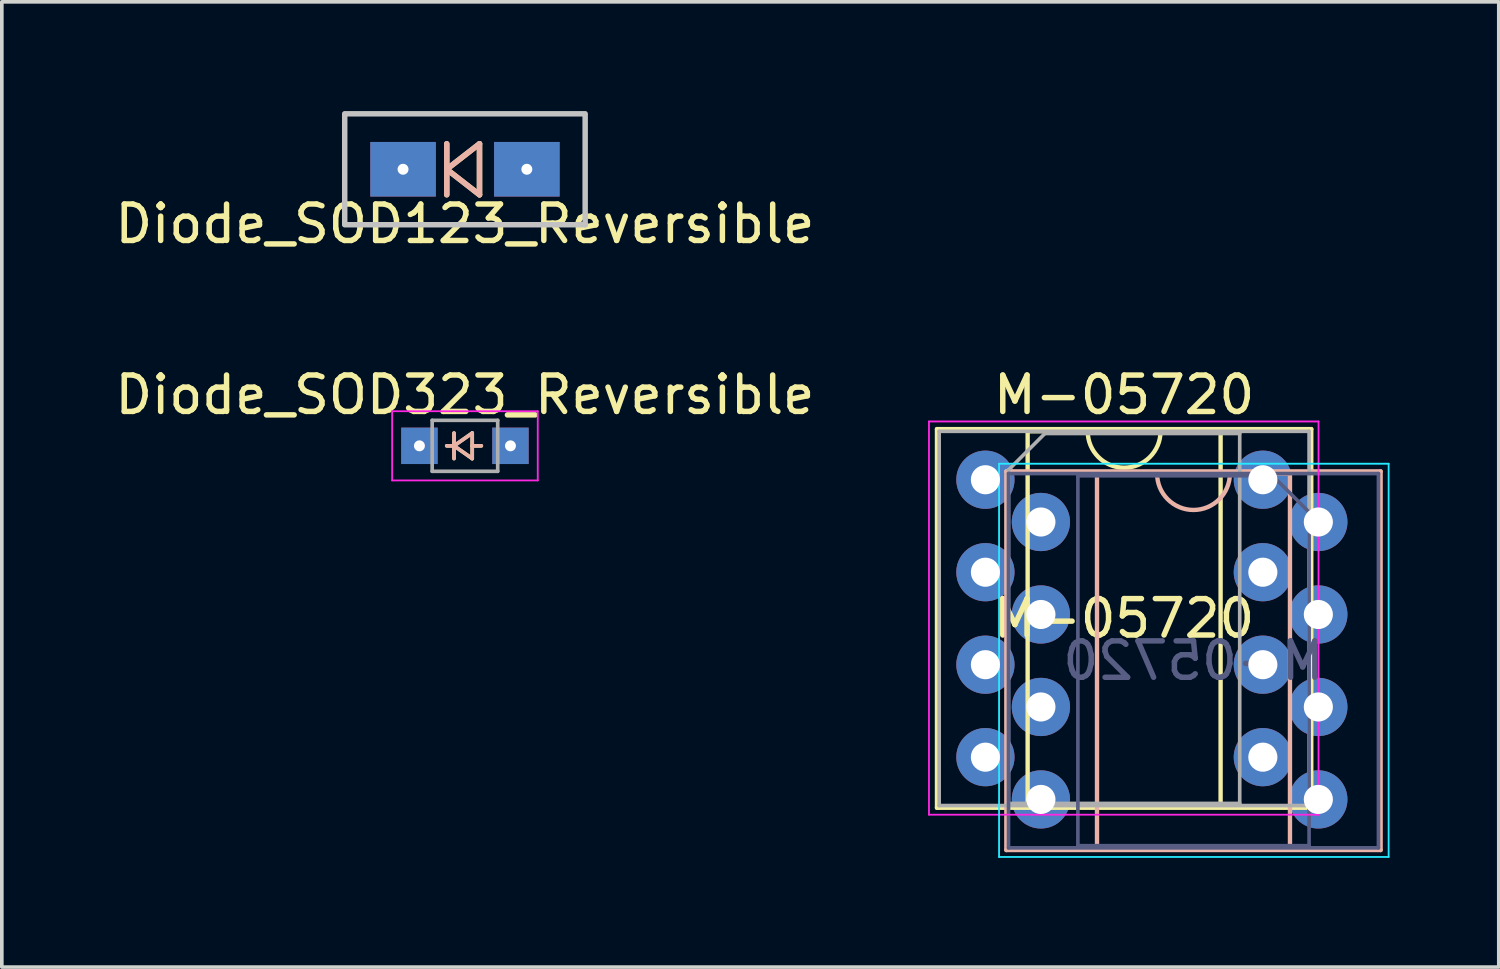
<source format=kicad_pcb>
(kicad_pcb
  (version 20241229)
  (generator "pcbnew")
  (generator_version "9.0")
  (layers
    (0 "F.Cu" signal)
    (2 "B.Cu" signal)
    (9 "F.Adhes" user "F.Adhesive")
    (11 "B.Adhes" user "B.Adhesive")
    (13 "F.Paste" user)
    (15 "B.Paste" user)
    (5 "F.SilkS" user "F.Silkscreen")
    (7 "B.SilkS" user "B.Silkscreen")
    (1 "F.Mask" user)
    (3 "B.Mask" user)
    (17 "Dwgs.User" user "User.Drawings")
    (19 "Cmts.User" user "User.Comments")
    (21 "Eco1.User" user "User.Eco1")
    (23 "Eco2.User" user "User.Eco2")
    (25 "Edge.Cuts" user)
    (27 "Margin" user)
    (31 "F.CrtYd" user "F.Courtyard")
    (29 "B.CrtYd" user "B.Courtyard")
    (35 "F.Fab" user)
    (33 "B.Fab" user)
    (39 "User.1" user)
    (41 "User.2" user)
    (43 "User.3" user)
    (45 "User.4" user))
  (footprint "Diode_SOD123_Reversible"
    (placed yes)
    (layer "F.Cu")
    (at 9.72 1.599)
    (property "Reference" "Diode_SOD123_Reversible" (at 0 1.5 0) (layer "F.SilkS") (effects (font (size 1 1) (thickness 0.15))))
    (attr through_hole)
    (fp_line (start -0.5 -0.7) (end -0.5 0.7) (stroke (width 0.15) (type solid)) (layer "F.SilkS"))
    (fp_line (start -0.5 0) (end 0.4 -0.7) (stroke (width 0.15) (type solid)) (layer "F.SilkS"))
    (fp_line (start 0.4 -0.7) (end 0.4 0.7) (stroke (width 0.15) (type solid)) (layer "F.SilkS"))
    (fp_line (start 0.4 0.7) (end -0.5 0) (stroke (width 0.15) (type solid)) (layer "F.SilkS"))
    (fp_line (start -0.5 -0.7) (end -0.5 0.7) (stroke (width 0.15) (type solid)) (layer "B.SilkS"))
    (fp_line (start -0.5 0) (end 0.4 -0.7) (stroke (width 0.15) (type solid)) (layer "B.SilkS"))
    (fp_line (start 0.4 -0.7) (end 0.4 0.7) (stroke (width 0.15) (type solid)) (layer "B.SilkS"))
    (fp_line (start 0.4 0.7) (end -0.5 0) (stroke (width 0.15) (type solid)) (layer "B.SilkS"))
    (fp_line (start -3.302 -1.524) (end 3.302 -1.524) (stroke (width 0.15) (type solid)) (layer "Dwgs.User"))
    (fp_line (start -3.302 -1.5) (end -3.302 1.5) (stroke (width 0.15) (type solid)) (layer "Dwgs.User"))
    (fp_line (start -3.302 1.524) (end 3.302 1.524) (stroke (width 0.15) (type solid)) (layer "Dwgs.User"))
    (fp_line (start 3.302 -1.476) (end 3.302 1.524) (stroke (width 0.15) (type solid)) (layer "Dwgs.User"))
    (pad "1" thru_hole rect (at -1.7 0) (size 1.8 1.5) (drill 0.3) (layers "*.Cu" "*.Mask"))
    (pad "2" thru_hole rect (at 1.7 0) (size 1.8 1.5) (drill 0.3) (layers "*.Cu" "*.Mask")))
  (footprint "Diode_SOD323_Reversible"
    (layer "F.Cu")
    (at 9.72 9.195)
    (property "Reference" "Diode_SOD323_Reversible" (at 0 -1.4 0) (layer "F.SilkS") (effects (font (size 1 1) (thickness 0.15))))
    (attr smd)
    (fp_line (start -0.3 -0.35) (end -0.3 0.35) (stroke (width 0.1) (type solid)) (layer "F.SilkS"))
    (fp_line (start -0.3 0) (end -0.5 0) (stroke (width 0.1) (type solid)) (layer "F.SilkS"))
    (fp_line (start -0.3 0) (end 0.2 -0.35) (stroke (width 0.1) (type solid)) (layer "F.SilkS"))
    (fp_line (start 0.2 -0.35) (end 0.2 0.35) (stroke (width 0.1) (type solid)) (layer "F.SilkS"))
    (fp_line (start 0.2 0) (end 0.45 0) (stroke (width 0.1) (type solid)) (layer "F.SilkS"))
    (fp_line (start 0.2 0.35) (end -0.3 0) (stroke (width 0.1) (type solid)) (layer "F.SilkS"))
    (fp_line (start -0.3 -0.35) (end -0.3 0.35) (stroke (width 0.1) (type solid)) (layer "B.SilkS"))
    (fp_line (start -0.3 0) (end -0.5 0) (stroke (width 0.1) (type solid)) (layer "B.SilkS"))
    (fp_line (start -0.3 0) (end 0.2 -0.35) (stroke (width 0.1) (type solid)) (layer "B.SilkS"))
    (fp_line (start 0.2 -0.35) (end 0.2 0.35) (stroke (width 0.1) (type solid)) (layer "B.SilkS"))
    (fp_line (start 0.2 0) (end 0.45 0) (stroke (width 0.1) (type solid)) (layer "B.SilkS"))
    (fp_line (start 0.2 0.35) (end -0.3 0) (stroke (width 0.1) (type solid)) (layer "B.SilkS"))
    (fp_line (start -2 -0.95) (end -2 0.95) (stroke (width 0.05) (type solid)) (layer "F.CrtYd"))
    (fp_line (start -2 -0.95) (end 2 -0.95) (stroke (width 0.05) (type solid)) (layer "F.CrtYd"))
    (fp_line (start -2 0.95) (end 2 0.95) (stroke (width 0.05) (type solid)) (layer "F.CrtYd"))
    (fp_line (start 2 -0.95) (end 2 0.95) (stroke (width 0.05) (type solid)) (layer "F.CrtYd"))
    (fp_line (start -0.9 -0.7) (end 0.9 -0.7) (stroke (width 0.1) (type solid)) (layer "F.Fab"))
    (fp_line (start -0.9 0.7) (end -0.9 -0.7) (stroke (width 0.1) (type solid)) (layer "F.Fab"))
    (fp_line (start 0.9 -0.7) (end 0.9 0.7) (stroke (width 0.1) (type solid)) (layer "F.Fab"))
    (fp_line (start 0.9 0.7) (end -0.9 0.7) (stroke (width 0.1) (type solid)) (layer "F.Fab"))
    (pad "1" thru_hole rect (at -1.25 0) (size 1 1) (drill 0.3) (layers "*.Cu" "*.Mask"))
    (pad "2" thru_hole rect (at 1.25 0) (size 1 1) (drill 0.3) (layers "*.Cu" "*.Mask")))
  (footprint "M-05720"
    (layer "F.Cu")
    (at 24.015 10.126)
    (property "Reference" "M-05720" (at 3.81 -2.33 0) (layer "F.SilkS") (effects (font (size 1 1) (thickness 0.15))))
    (attr through_hole)
    (fp_line (start -1.33 -1.39) (end -1.33 9.01) (stroke (width 0.12) (type solid)) (layer "F.SilkS"))
    (fp_line (start -1.33 9.01) (end 8.95 9.01) (stroke (width 0.12) (type solid)) (layer "F.SilkS"))
    (fp_line (start 1.16 -1.33) (end 1.16 8.95) (stroke (width 0.12) (type solid)) (layer "F.SilkS"))
    (fp_line (start 1.16 8.95) (end 6.46 8.95) (stroke (width 0.12) (type solid)) (layer "F.SilkS"))
    (fp_line (start 2.81 -1.33) (end 1.16 -1.33) (stroke (width 0.12) (type solid)) (layer "F.SilkS"))
    (fp_line (start 6.46 -1.33) (end 4.81 -1.33) (stroke (width 0.12) (type solid)) (layer "F.SilkS"))
    (fp_line (start 6.46 8.95) (end 6.46 -1.33) (stroke (width 0.12) (type solid)) (layer "F.SilkS"))
    (fp_line (start 8.95 -1.39) (end -1.33 -1.39) (stroke (width 0.12) (type solid)) (layer "F.SilkS"))
    (fp_line (start 8.95 9.01) (end 8.95 -1.39) (stroke (width 0.12) (type solid)) (layer "F.SilkS"))
    (fp_arc (start 4.81 -1.33) (mid 3.81 -0.33) (end 2.81 -1.33) (stroke (width 0.12) (type solid)) (layer "F.SilkS"))
    (fp_line (start 0.575 -0.229) (end 10.855 -0.229) (stroke (width 0.12) (type solid)) (layer "B.SilkS"))
    (fp_line (start 0.575 10.171) (end 0.575 -0.229) (stroke (width 0.12) (type solid)) (layer "B.SilkS"))
    (fp_line (start 3.065 -0.169) (end 4.715 -0.169) (stroke (width 0.12) (type solid)) (layer "B.SilkS"))
    (fp_line (start 3.065 10.111) (end 3.065 -0.169) (stroke (width 0.12) (type solid)) (layer "B.SilkS"))
    (fp_line (start 6.715 -0.169) (end 8.365 -0.169) (stroke (width 0.12) (type solid)) (layer "B.SilkS"))
    (fp_line (start 8.365 -0.169) (end 8.365 10.111) (stroke (width 0.12) (type solid)) (layer "B.SilkS"))
    (fp_line (start 8.365 10.111) (end 3.065 10.111) (stroke (width 0.12) (type solid)) (layer "B.SilkS"))
    (fp_line (start 10.855 -0.229) (end 10.855 10.171) (stroke (width 0.12) (type solid)) (layer "B.SilkS"))
    (fp_line (start 10.855 10.171) (end 0.575 10.171) (stroke (width 0.12) (type solid)) (layer "B.SilkS"))
    (fp_arc (start 6.715 -0.169354) (mid 5.715 0.830646) (end 4.715 -0.169354) (stroke (width 0.12) (type solid)) (layer "B.SilkS"))
    (fp_line (start 0.375 -0.439) (end 11.075 -0.439) (stroke (width 0.05) (type solid)) (layer "B.CrtYd"))
    (fp_line (start 0.375 10.361) (end 0.375 -0.439) (stroke (width 0.05) (type solid)) (layer "B.CrtYd"))
    (fp_line (start 11.075 -0.439) (end 11.075 10.361) (stroke (width 0.05) (type solid)) (layer "B.CrtYd"))
    (fp_line (start 11.075 10.361) (end 0.375 10.361) (stroke (width 0.05) (type solid)) (layer "B.CrtYd"))
    (fp_line (start -1.55 -1.6) (end -1.55 9.2) (stroke (width 0.05) (type solid)) (layer "F.CrtYd"))
    (fp_line (start -1.55 9.2) (end 9.15 9.2) (stroke (width 0.05) (type solid)) (layer "F.CrtYd"))
    (fp_line (start 9.15 -1.6) (end -1.55 -1.6) (stroke (width 0.05) (type solid)) (layer "F.CrtYd"))
    (fp_line (start 9.15 9.2) (end 9.15 -1.6) (stroke (width 0.05) (type solid)) (layer "F.CrtYd"))
    (fp_line (start 0.635 -0.169) (end 10.795 -0.169) (stroke (width 0.1) (type solid)) (layer "B.Fab"))
    (fp_line (start 0.635 10.111) (end 0.635 -0.169) (stroke (width 0.1) (type solid)) (layer "B.Fab"))
    (fp_line (start 2.54 -0.109) (end 2.54 10.051) (stroke (width 0.1) (type solid)) (layer "B.Fab"))
    (fp_line (start 2.54 10.051) (end 8.89 10.051) (stroke (width 0.1) (type solid)) (layer "B.Fab"))
    (fp_line (start 7.89 -0.109) (end 2.54 -0.109) (stroke (width 0.1) (type solid)) (layer "B.Fab"))
    (fp_line (start 8.89 0.891) (end 7.89 -0.109) (stroke (width 0.1) (type solid)) (layer "B.Fab"))
    (fp_line (start 8.89 10.051) (end 8.89 0.891) (stroke (width 0.1) (type solid)) (layer "B.Fab"))
    (fp_line (start 10.795 -0.169) (end 10.795 10.111) (stroke (width 0.1) (type solid)) (layer "B.Fab"))
    (fp_line (start 10.795 10.111) (end 0.635 10.111) (stroke (width 0.1) (type solid)) (layer "B.Fab"))
    (fp_line (start -1.27 -1.33) (end -1.27 8.95) (stroke (width 0.1) (type solid)) (layer "F.Fab"))
    (fp_line (start -1.27 8.95) (end 8.89 8.95) (stroke (width 0.1) (type solid)) (layer "F.Fab"))
    (fp_line (start 0.635 -0.27) (end 1.635 -1.27) (stroke (width 0.1) (type solid)) (layer "F.Fab"))
    (fp_line (start 0.635 8.89) (end 0.635 -0.27) (stroke (width 0.1) (type solid)) (layer "F.Fab"))
    (fp_line (start 1.635 -1.27) (end 6.985 -1.27) (stroke (width 0.1) (type solid)) (layer "F.Fab"))
    (fp_line (start 6.985 -1.27) (end 6.985 8.89) (stroke (width 0.1) (type solid)) (layer "F.Fab"))
    (fp_line (start 6.985 8.89) (end 0.635 8.89) (stroke (width 0.1) (type solid)) (layer "F.Fab"))
    (fp_line (start 8.89 -1.33) (end -1.27 -1.33) (stroke (width 0.1) (type solid)) (layer "F.Fab"))
    (fp_line (start 8.89 8.95) (end 8.89 -1.33) (stroke (width 0.1) (type solid)) (layer "F.Fab"))
    (fp_text user "${REFERENCE}" (at 3.81 3.81 0) (layer "F.SilkS") (effects (font (size 1 1) (thickness 0.15))))
    (fp_text user "${REFERENCE}" (at 5.715 4.971 180) (layer "B.Fab") (effects (font (size 1 1) (thickness 0.15)) (justify mirror)))
    (pad "1" thru_hole circle (at 0 0) (size 1.6 1.6) (drill 0.8) (layers "*.Cu" "*.Mask"))
    (pad "1" thru_hole circle (at 9.144 1.161 180) (size 1.6 1.6) (drill 0.8) (layers "*.Cu" "*.Mask"))
    (pad "2" thru_hole oval (at 0 2.54) (size 1.6 1.6) (drill 0.8) (layers "*.Cu" "*.Mask"))
    (pad "2" thru_hole oval (at 9.144 3.701 180) (size 1.6 1.6) (drill 0.8) (layers "*.Cu" "*.Mask"))
    (pad "3" thru_hole oval (at 0 5.08) (size 1.6 1.6) (drill 0.8) (layers "*.Cu" "*.Mask"))
    (pad "3" thru_hole oval (at 9.144 6.241 180) (size 1.6 1.6) (drill 0.8) (layers "*.Cu" "*.Mask"))
    (pad "4" thru_hole oval (at 0 7.62) (size 1.6 1.6) (drill 0.8) (layers "*.Cu" "*.Mask"))
    (pad "4" thru_hole oval (at 9.144 8.781 180) (size 1.6 1.6) (drill 0.8) (layers "*.Cu" "*.Mask"))
    (pad "5" thru_hole oval (at 1.524 8.781 180) (size 1.6 1.6) (drill 0.8) (layers "*.Cu" "*.Mask"))
    (pad "5" thru_hole oval (at 7.62 7.62) (size 1.6 1.6) (drill 0.8) (layers "*.Cu" "*.Mask"))
    (pad "6" thru_hole oval (at 1.524 6.241 180) (size 1.6 1.6) (drill 0.8) (layers "*.Cu" "*.Mask"))
    (pad "6" thru_hole oval (at 7.62 5.08) (size 1.6 1.6) (drill 0.8) (layers "*.Cu" "*.Mask"))
    (pad "7" thru_hole oval (at 1.524 3.701 180) (size 1.6 1.6) (drill 0.8) (layers "*.Cu" "*.Mask"))
    (pad "7" thru_hole oval (at 7.62 2.54) (size 1.6 1.6) (drill 0.8) (layers "*.Cu" "*.Mask"))
    (pad "8" thru_hole oval (at 1.524 1.161 180) (size 1.6 1.6) (drill 0.8) (layers "*.Cu" "*.Mask"))
    (pad "8" thru_hole oval (at 7.62 0) (size 1.6 1.6) (drill 0.8) (layers "*.Cu" "*.Mask")))
  (gr_rect
    (start -3 -3)
    (end 38.115 23.511)
    (stroke (width 0.1) (type default))
    (fill no)
    (layer "Edge.Cuts")))
</source>
